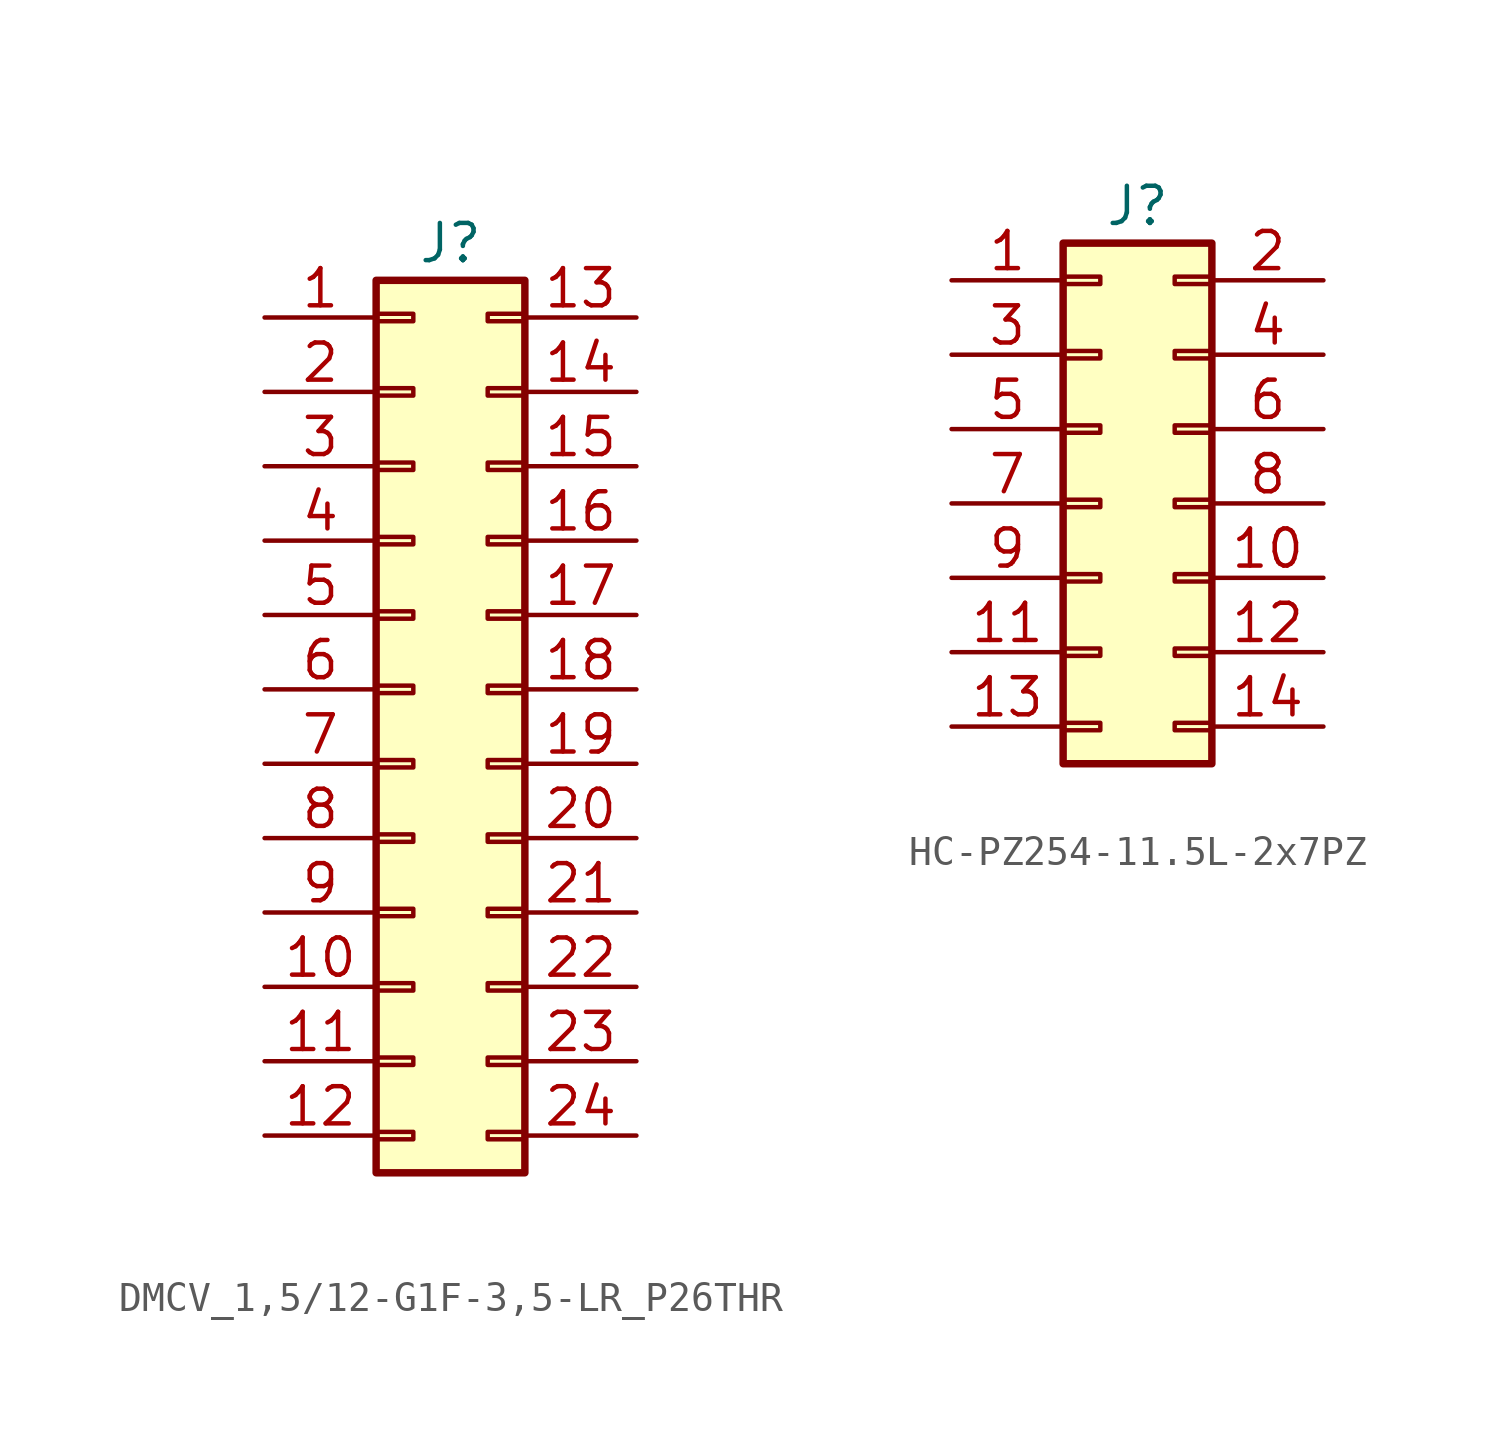
<source format=kicad_sym>
(kicad_symbol_lib
  (version 20211014)
  (symbol "DMCV_1,5/12-G1F-3,5-LR_P26THR"
    (pin_names
      (offset 1.016)
      (hide yes))
    (property "Reference" "J"
      (at 1.27 15.24 0)
      (effects (font (size 1.27 1.27))))
    (symbol "DMCV_1,5/12-G1F-3,5-LR_P26THR_1_1"
      (rectangle (start -1.27 13.97) (end 3.81 -16.51) (stroke (width 0.254) (type default)) (fill (type background)))
      (rectangle (start -1.27 12.827) (end 0 12.573) (stroke (width 0.152) (type default)) (fill (type none)))
      (rectangle (start -1.27 10.287) (end 0 10.033) (stroke (width 0.152) (type default)) (fill (type none)))
      (rectangle (start -1.27 7.747) (end 0 7.493) (stroke (width 0.152) (type default)) (fill (type none)))
      (rectangle (start -1.27 5.207) (end 0 4.953) (stroke (width 0.152) (type default)) (fill (type none)))
      (rectangle (start -1.27 2.667) (end 0 2.413) (stroke (width 0.152) (type default)) (fill (type none)))
      (rectangle (start -1.27 0.127) (end 0 -0.127) (stroke (width 0.152) (type default)) (fill (type none)))
      (rectangle (start -1.27 -2.413) (end 0 -2.667) (stroke (width 0.152) (type default)) (fill (type none)))
      (rectangle (start -1.27 -4.953) (end 0 -5.207) (stroke (width 0.152) (type default)) (fill (type none)))
      (rectangle (start -1.27 -7.493) (end 0 -7.747) (stroke (width 0.152) (type default)) (fill (type none)))
      (rectangle (start -1.27 -10.033) (end 0 -10.287) (stroke (width 0.152) (type default)) (fill (type none)))
      (rectangle (start -1.27 -12.573) (end 0 -12.827) (stroke (width 0.152) (type default)) (fill (type none)))
      (rectangle (start -1.27 -15.113) (end 0 -15.367) (stroke (width 0.152) (type default)) (fill (type none)))
      (rectangle (start 3.81 12.827) (end 2.54 12.573) (stroke (width 0.152) (type default)) (fill (type none)))
      (rectangle (start 3.81 10.287) (end 2.54 10.033) (stroke (width 0.152) (type default)) (fill (type none)))
      (rectangle (start 3.81 7.747) (end 2.54 7.493) (stroke (width 0.152) (type default)) (fill (type none)))
      (rectangle (start 3.81 5.207) (end 2.54 4.953) (stroke (width 0.152) (type default)) (fill (type none)))
      (rectangle (start 3.81 2.667) (end 2.54 2.413) (stroke (width 0.152) (type default)) (fill (type none)))
      (rectangle (start 3.81 0.127) (end 2.54 -0.127) (stroke (width 0.152) (type default)) (fill (type none)))
      (rectangle (start 3.81 -2.413) (end 2.54 -2.667) (stroke (width 0.152) (type default)) (fill (type none)))
      (rectangle (start 3.81 -4.953) (end 2.54 -5.207) (stroke (width 0.152) (type default)) (fill (type none)))
      (rectangle (start 3.81 -7.493) (end 2.54 -7.747) (stroke (width 0.152) (type default)) (fill (type none)))
      (rectangle (start 3.81 -10.033) (end 2.54 -10.287) (stroke (width 0.152) (type default)) (fill (type none)))
      (rectangle (start 3.81 -12.573) (end 2.54 -12.827) (stroke (width 0.152) (type default)) (fill (type none)))
      (rectangle (start 3.81 -15.113) (end 2.54 -15.367) (stroke (width 0.152) (type default)) (fill (type none)))
      (pin passive line (at -5.08 12.7 0) (length 3.81) (name "Pin_1" (effects (font (size 1.27 1.27)))) (number "1" (effects (font (size 1.27 1.27)))))
      (pin passive line (at -5.08 10.16 0) (length 3.81) (name "Pin_2" (effects (font (size 1.27 1.27)))) (number "2" (effects (font (size 1.27 1.27)))))
      (pin passive line (at -5.08 7.62 0) (length 3.81) (name "Pin_3" (effects (font (size 1.27 1.27)))) (number "3" (effects (font (size 1.27 1.27)))))
      (pin passive line (at -5.08 5.08 0) (length 3.81) (name "Pin_4" (effects (font (size 1.27 1.27)))) (number "4" (effects (font (size 1.27 1.27)))))
      (pin passive line (at -5.08 2.54 0) (length 3.81) (name "Pin_5" (effects (font (size 1.27 1.27)))) (number "5" (effects (font (size 1.27 1.27)))))
      (pin passive line (at -5.08 0 0) (length 3.81) (name "Pin_6" (effects (font (size 1.27 1.27)))) (number "6" (effects (font (size 1.27 1.27)))))
      (pin passive line (at -5.08 -2.54 0) (length 3.81) (name "Pin_7" (effects (font (size 1.27 1.27)))) (number "7" (effects (font (size 1.27 1.27)))))
      (pin passive line (at -5.08 -5.08 0) (length 3.81) (name "Pin_8" (effects (font (size 1.27 1.27)))) (number "8" (effects (font (size 1.27 1.27)))))
      (pin passive line (at -5.08 -7.62 0) (length 3.81) (name "Pin_9" (effects (font (size 1.27 1.27)))) (number "9" (effects (font (size 1.27 1.27)))))
      (pin passive line (at -5.08 -10.16 0) (length 3.81) (name "Pin_10" (effects (font (size 1.27 1.27)))) (number "10" (effects (font (size 1.27 1.27)))))
      (pin passive line (at -5.08 -12.7 0) (length 3.81) (name "Pin_11" (effects (font (size 1.27 1.27)))) (number "11" (effects (font (size 1.27 1.27)))))
      (pin passive line (at -5.08 -15.24 0) (length 3.81) (name "Pin_12" (effects (font (size 1.27 1.27)))) (number "12" (effects (font (size 1.27 1.27)))))
      (pin passive line (at 7.62 12.7 180) (length 3.81) (name "Pin_13" (effects (font (size 1.27 1.27)))) (number "13" (effects (font (size 1.27 1.27)))))
      (pin passive line (at 7.62 10.16 180) (length 3.81) (name "Pin_14" (effects (font (size 1.27 1.27)))) (number "14" (effects (font (size 1.27 1.27)))))
      (pin passive line (at 7.62 7.62 180) (length 3.81) (name "Pin_15" (effects (font (size 1.27 1.27)))) (number "15" (effects (font (size 1.27 1.27)))))
      (pin passive line (at 7.62 5.08 180) (length 3.81) (name "Pin_16" (effects (font (size 1.27 1.27)))) (number "16" (effects (font (size 1.27 1.27)))))
      (pin passive line (at 7.62 2.54 180) (length 3.81) (name "Pin_17" (effects (font (size 1.27 1.27)))) (number "17" (effects (font (size 1.27 1.27)))))
      (pin passive line (at 7.62 0 180) (length 3.81) (name "Pin_18" (effects (font (size 1.27 1.27)))) (number "18" (effects (font (size 1.27 1.27)))))
      (pin passive line (at 7.62 -2.54 180) (length 3.81) (name "Pin_19" (effects (font (size 1.27 1.27)))) (number "19" (effects (font (size 1.27 1.27)))))
      (pin passive line (at 7.62 -5.08 180) (length 3.81) (name "Pin_20" (effects (font (size 1.27 1.27)))) (number "20" (effects (font (size 1.27 1.27)))))
      (pin passive line (at 7.62 -7.62 180) (length 3.81) (name "Pin_21" (effects (font (size 1.27 1.27)))) (number "21" (effects (font (size 1.27 1.27)))))
      (pin passive line (at 7.62 -10.16 180) (length 3.81) (name "Pin_22" (effects (font (size 1.27 1.27)))) (number "22" (effects (font (size 1.27 1.27)))))
      (pin passive line (at 7.62 -12.7 180) (length 3.81) (name "Pin_23" (effects (font (size 1.27 1.27)))) (number "23" (effects (font (size 1.27 1.27)))))
      (pin passive line (at 7.62 -15.24 180) (length 3.81) (name "Pin_24" (effects (font (size 1.27 1.27)))) (number "24" (effects (font (size 1.27 1.27)))))))
  (symbol "HC-PZ254-11.5L-2x7PZ"
    (pin_names
      (offset 1.016)
      (hide yes))
    (property "Reference" "J"
      (at 1.27 10.16 0)
      (effects (font (size 1.27 1.27))))
    (symbol "HC-PZ254-11.5L-2x7PZ_1_1"
      (rectangle (start -1.27 8.89) (end 3.81 -8.89) (stroke (width 0.254) (type default)) (fill (type background)))
      (rectangle (start -1.27 7.747) (end 0 7.493) (stroke (width 0.152) (type default)) (fill (type none)))
      (rectangle (start -1.27 5.207) (end 0 4.953) (stroke (width 0.152) (type default)) (fill (type none)))
      (rectangle (start -1.27 2.667) (end 0 2.413) (stroke (width 0.152) (type default)) (fill (type none)))
      (rectangle (start -1.27 0.127) (end 0 -0.127) (stroke (width 0.152) (type default)) (fill (type none)))
      (rectangle (start -1.27 -2.413) (end 0 -2.667) (stroke (width 0.152) (type default)) (fill (type none)))
      (rectangle (start -1.27 -4.953) (end 0 -5.207) (stroke (width 0.152) (type default)) (fill (type none)))
      (rectangle (start -1.27 -7.493) (end 0 -7.747) (stroke (width 0.152) (type default)) (fill (type none)))
      (rectangle (start 3.81 7.747) (end 2.54 7.493) (stroke (width 0.152) (type default)) (fill (type none)))
      (rectangle (start 3.81 5.207) (end 2.54 4.953) (stroke (width 0.152) (type default)) (fill (type none)))
      (rectangle (start 3.81 2.667) (end 2.54 2.413) (stroke (width 0.152) (type default)) (fill (type none)))
      (rectangle (start 3.81 0.127) (end 2.54 -0.127) (stroke (width 0.152) (type default)) (fill (type none)))
      (rectangle (start 3.81 -2.413) (end 2.54 -2.667) (stroke (width 0.152) (type default)) (fill (type none)))
      (rectangle (start 3.81 -4.953) (end 2.54 -5.207) (stroke (width 0.152) (type default)) (fill (type none)))
      (rectangle (start 3.81 -7.493) (end 2.54 -7.747) (stroke (width 0.152) (type default)) (fill (type none)))
      (pin passive line (at -5.08 7.62 0) (length 3.81) (name "Pin_1" (effects (font (size 1.27 1.27)))) (number "1" (effects (font (size 1.27 1.27)))))
      (pin passive line (at -5.08 5.08 0) (length 3.81) (name "Pin_3" (effects (font (size 1.27 1.27)))) (number "3" (effects (font (size 1.27 1.27)))))
      (pin passive line (at -5.08 2.54 0) (length 3.81) (name "Pin_5" (effects (font (size 1.27 1.27)))) (number "5" (effects (font (size 1.27 1.27)))))
      (pin passive line (at -5.08 0 0) (length 3.81) (name "Pin_7" (effects (font (size 1.27 1.27)))) (number "7" (effects (font (size 1.27 1.27)))))
      (pin passive line (at -5.08 -2.54 0) (length 3.81) (name "Pin_9" (effects (font (size 1.27 1.27)))) (number "9" (effects (font (size 1.27 1.27)))))
      (pin passive line (at -5.08 -5.08 0) (length 3.81) (name "Pin_11" (effects (font (size 1.27 1.27)))) (number "11" (effects (font (size 1.27 1.27)))))
      (pin passive line (at -5.08 -7.62 0) (length 3.81) (name "Pin_13" (effects (font (size 1.27 1.27)))) (number "13" (effects (font (size 1.27 1.27)))))
      (pin passive line (at 7.62 7.62 180) (length 3.81) (name "Pin_2" (effects (font (size 1.27 1.27)))) (number "2" (effects (font (size 1.27 1.27)))))
      (pin passive line (at 7.62 5.08 180) (length 3.81) (name "Pin_4" (effects (font (size 1.27 1.27)))) (number "4" (effects (font (size 1.27 1.27)))))
      (pin passive line (at 7.62 2.54 180) (length 3.81) (name "Pin_6" (effects (font (size 1.27 1.27)))) (number "6" (effects (font (size 1.27 1.27)))))
      (pin passive line (at 7.62 0 180) (length 3.81) (name "Pin_8" (effects (font (size 1.27 1.27)))) (number "8" (effects (font (size 1.27 1.27)))))
      (pin passive line (at 7.62 -2.54 180) (length 3.81) (name "Pin_10" (effects (font (size 1.27 1.27)))) (number "10" (effects (font (size 1.27 1.27)))))
      (pin passive line (at 7.62 -5.08 180) (length 3.81) (name "Pin_12" (effects (font (size 1.27 1.27)))) (number "12" (effects (font (size 1.27 1.27)))))
      (pin passive line (at 7.62 -7.62 180) (length 3.81) (name "Pin_14" (effects (font (size 1.27 1.27)))) (number "14" (effects (font (size 1.27 1.27))))))))
</source>
